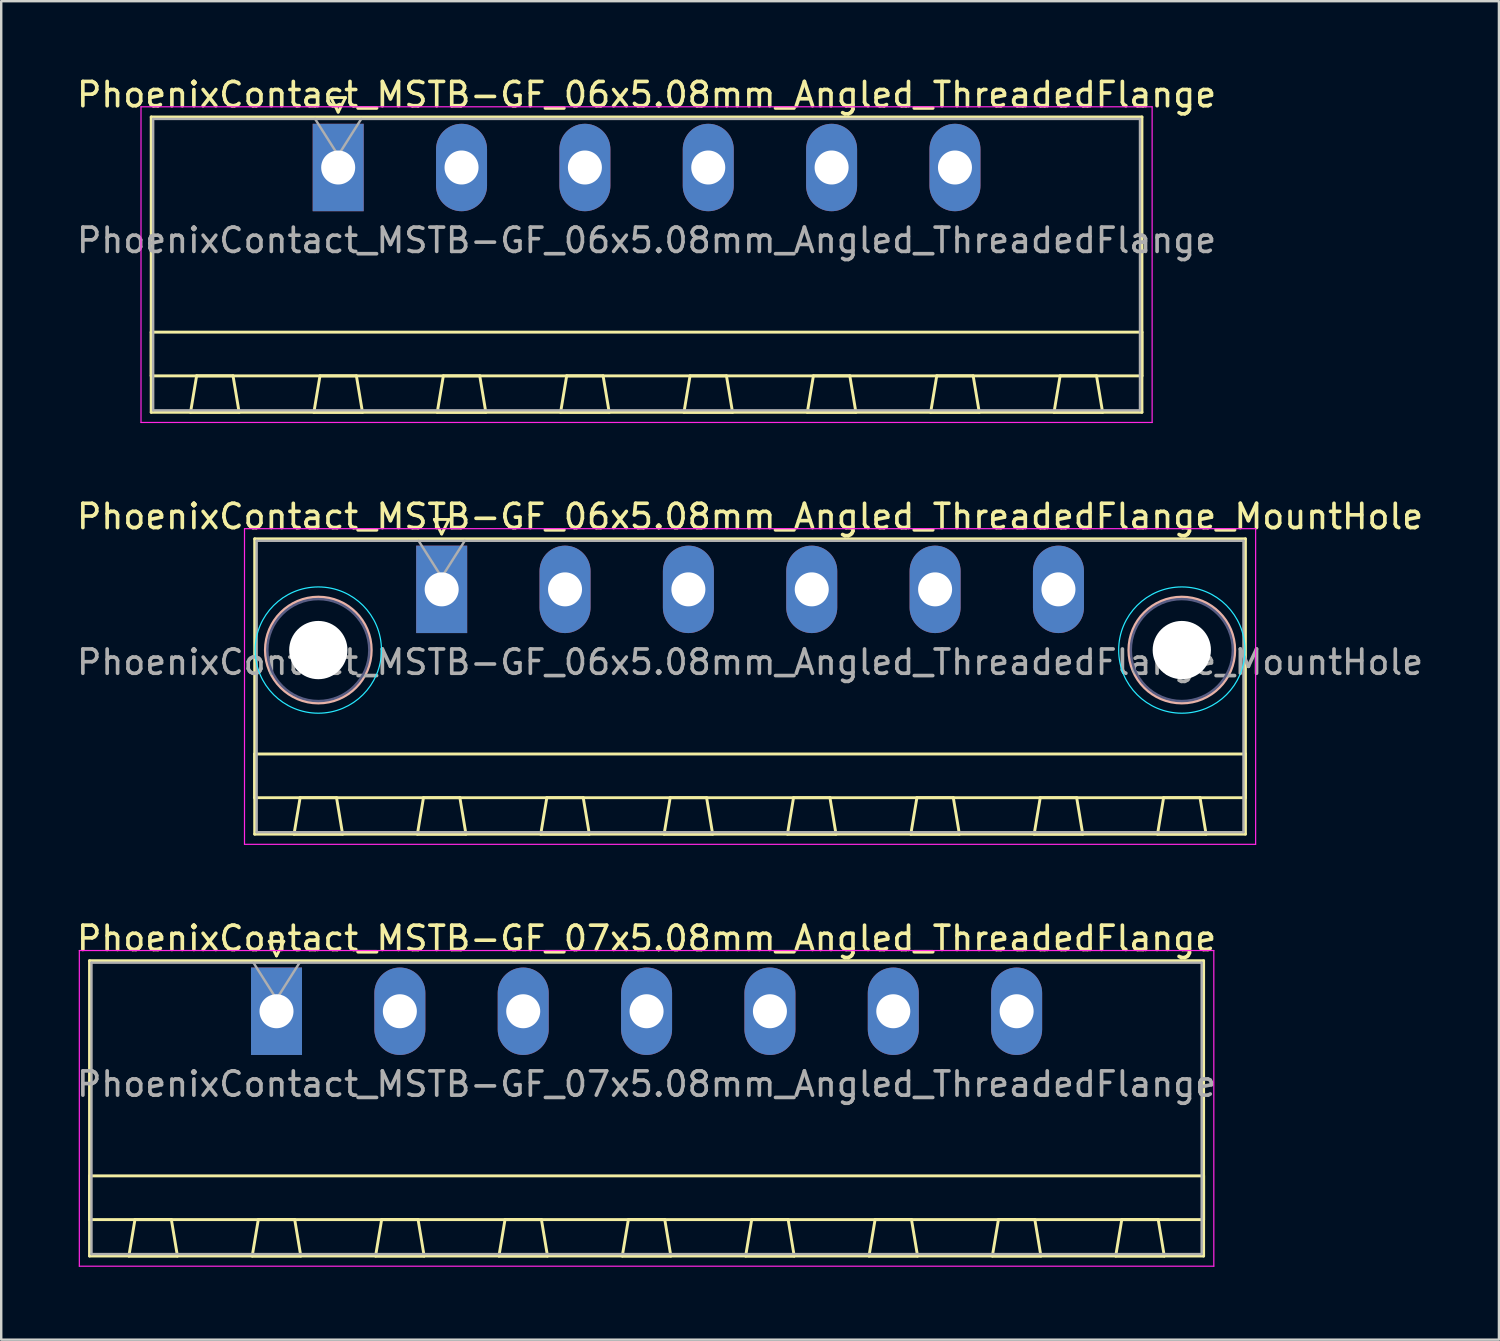
<source format=kicad_pcb>
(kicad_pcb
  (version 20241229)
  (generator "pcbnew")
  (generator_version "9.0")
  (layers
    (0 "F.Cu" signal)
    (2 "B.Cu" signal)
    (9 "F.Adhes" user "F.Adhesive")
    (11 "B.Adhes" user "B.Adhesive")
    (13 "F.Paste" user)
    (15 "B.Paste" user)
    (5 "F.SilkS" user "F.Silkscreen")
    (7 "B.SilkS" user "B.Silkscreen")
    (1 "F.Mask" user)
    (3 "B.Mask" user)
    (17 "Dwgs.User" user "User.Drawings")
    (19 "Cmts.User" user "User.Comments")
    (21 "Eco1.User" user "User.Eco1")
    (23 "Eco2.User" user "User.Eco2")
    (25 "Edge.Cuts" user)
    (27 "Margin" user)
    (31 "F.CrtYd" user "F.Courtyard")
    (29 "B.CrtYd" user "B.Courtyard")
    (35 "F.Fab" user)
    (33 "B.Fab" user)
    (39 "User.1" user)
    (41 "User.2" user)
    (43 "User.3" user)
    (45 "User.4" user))
  (footprint "PhoenixContact_MSTB-GF_06x5.08mm_Angled_ThreadedFlange_MountHole"
    (layer "F.Cu")
    (at 15.139 21.221)
    (property "Reference" "PhoenixContact_MSTB-GF_06x5.08mm_Angled_ThreadedFlange_MountHole" (at 12.7 -3 0) (layer "F.SilkS") (effects (font (size 1 1) (thickness 0.15))))
    (attr through_hole)
    (fp_line (start -7.7 -2.08) (end -7.7 10.08) (stroke (width 0.12) (type solid)) (layer "F.SilkS"))
    (fp_line (start -7.7 6.78) (end 33.1 6.78) (stroke (width 0.12) (type solid)) (layer "F.SilkS"))
    (fp_line (start -7.7 8.58) (end -7.7 6.78) (stroke (width 0.12) (type solid)) (layer "F.SilkS"))
    (fp_line (start -7.7 10.08) (end 33.1 10.08) (stroke (width 0.12) (type solid)) (layer "F.SilkS"))
    (fp_line (start -6.08 10.08) (end -4.08 10.08) (stroke (width 0.12) (type solid)) (layer "F.SilkS"))
    (fp_line (start -5.83 8.58) (end -6.08 10.08) (stroke (width 0.12) (type solid)) (layer "F.SilkS"))
    (fp_line (start -4.33 8.58) (end -5.83 8.58) (stroke (width 0.12) (type solid)) (layer "F.SilkS"))
    (fp_line (start -4.08 10.08) (end -4.33 8.58) (stroke (width 0.12) (type solid)) (layer "F.SilkS"))
    (fp_line (start -1 10.08) (end 1 10.08) (stroke (width 0.12) (type solid)) (layer "F.SilkS"))
    (fp_line (start -0.75 8.58) (end -1 10.08) (stroke (width 0.12) (type solid)) (layer "F.SilkS"))
    (fp_line (start -0.3 -2.88) (end 0.3 -2.88) (stroke (width 0.12) (type solid)) (layer "F.SilkS"))
    (fp_line (start 0 -2.28) (end -0.3 -2.88) (stroke (width 0.12) (type solid)) (layer "F.SilkS"))
    (fp_line (start 0.3 -2.88) (end 0 -2.28) (stroke (width 0.12) (type solid)) (layer "F.SilkS"))
    (fp_line (start 0.75 8.58) (end -0.75 8.58) (stroke (width 0.12) (type solid)) (layer "F.SilkS"))
    (fp_line (start 1 10.08) (end 0.75 8.58) (stroke (width 0.12) (type solid)) (layer "F.SilkS"))
    (fp_line (start 4.08 10.08) (end 6.08 10.08) (stroke (width 0.12) (type solid)) (layer "F.SilkS"))
    (fp_line (start 4.33 8.58) (end 4.08 10.08) (stroke (width 0.12) (type solid)) (layer "F.SilkS"))
    (fp_line (start 5.83 8.58) (end 4.33 8.58) (stroke (width 0.12) (type solid)) (layer "F.SilkS"))
    (fp_line (start 6.08 10.08) (end 5.83 8.58) (stroke (width 0.12) (type solid)) (layer "F.SilkS"))
    (fp_line (start 9.16 10.08) (end 11.16 10.08) (stroke (width 0.12) (type solid)) (layer "F.SilkS"))
    (fp_line (start 9.41 8.58) (end 9.16 10.08) (stroke (width 0.12) (type solid)) (layer "F.SilkS"))
    (fp_line (start 10.91 8.58) (end 9.41 8.58) (stroke (width 0.12) (type solid)) (layer "F.SilkS"))
    (fp_line (start 11.16 10.08) (end 10.91 8.58) (stroke (width 0.12) (type solid)) (layer "F.SilkS"))
    (fp_line (start 14.24 10.08) (end 16.24 10.08) (stroke (width 0.12) (type solid)) (layer "F.SilkS"))
    (fp_line (start 14.49 8.58) (end 14.24 10.08) (stroke (width 0.12) (type solid)) (layer "F.SilkS"))
    (fp_line (start 15.99 8.58) (end 14.49 8.58) (stroke (width 0.12) (type solid)) (layer "F.SilkS"))
    (fp_line (start 16.24 10.08) (end 15.99 8.58) (stroke (width 0.12) (type solid)) (layer "F.SilkS"))
    (fp_line (start 19.32 10.08) (end 21.32 10.08) (stroke (width 0.12) (type solid)) (layer "F.SilkS"))
    (fp_line (start 19.57 8.58) (end 19.32 10.08) (stroke (width 0.12) (type solid)) (layer "F.SilkS"))
    (fp_line (start 21.07 8.58) (end 19.57 8.58) (stroke (width 0.12) (type solid)) (layer "F.SilkS"))
    (fp_line (start 21.32 10.08) (end 21.07 8.58) (stroke (width 0.12) (type solid)) (layer "F.SilkS"))
    (fp_line (start 24.4 10.08) (end 26.4 10.08) (stroke (width 0.12) (type solid)) (layer "F.SilkS"))
    (fp_line (start 24.65 8.58) (end 24.4 10.08) (stroke (width 0.12) (type solid)) (layer "F.SilkS"))
    (fp_line (start 26.15 8.58) (end 24.65 8.58) (stroke (width 0.12) (type solid)) (layer "F.SilkS"))
    (fp_line (start 26.4 10.08) (end 26.15 8.58) (stroke (width 0.12) (type solid)) (layer "F.SilkS"))
    (fp_line (start 29.48 10.08) (end 31.48 10.08) (stroke (width 0.12) (type solid)) (layer "F.SilkS"))
    (fp_line (start 29.73 8.58) (end 29.48 10.08) (stroke (width 0.12) (type solid)) (layer "F.SilkS"))
    (fp_line (start 31.23 8.58) (end 29.73 8.58) (stroke (width 0.12) (type solid)) (layer "F.SilkS"))
    (fp_line (start 31.48 10.08) (end 31.23 8.58) (stroke (width 0.12) (type solid)) (layer "F.SilkS"))
    (fp_line (start 33.1 -2.08) (end -7.7 -2.08) (stroke (width 0.12) (type solid)) (layer "F.SilkS"))
    (fp_line (start 33.1 6.78) (end 33.1 8.58) (stroke (width 0.12) (type solid)) (layer "F.SilkS"))
    (fp_line (start 33.1 8.58) (end -7.7 8.58) (stroke (width 0.12) (type solid)) (layer "F.SilkS"))
    (fp_line (start 33.1 10.08) (end 33.1 -2.08) (stroke (width 0.12) (type solid)) (layer "F.SilkS"))
    (fp_circle (center -5.08 2.5) (end -2.9 2.5) (stroke (width 0.12) (type solid)) (fill no) (layer "B.SilkS"))
    (fp_circle (center 30.48 2.5) (end 32.66 2.5) (stroke (width 0.12) (type solid)) (fill no) (layer "B.SilkS"))
    (fp_circle (center -5.08 2.5) (end -2.48 2.5) (stroke (width 0.05) (type solid)) (fill no) (layer "B.CrtYd"))
    (fp_circle (center 30.48 2.5) (end 33.08 2.5) (stroke (width 0.05) (type solid)) (fill no) (layer "B.CrtYd"))
    (fp_line (start -8.12 -2.5) (end -8.12 10.5) (stroke (width 0.05) (type solid)) (layer "F.CrtYd"))
    (fp_line (start -8.12 10.5) (end 33.52 10.5) (stroke (width 0.05) (type solid)) (layer "F.CrtYd"))
    (fp_line (start 33.52 -2.5) (end -8.12 -2.5) (stroke (width 0.05) (type solid)) (layer "F.CrtYd"))
    (fp_line (start 33.52 10.5) (end 33.52 -2.5) (stroke (width 0.05) (type solid)) (layer "F.CrtYd"))
    (fp_circle (center -5.08 2.5) (end -2.98 2.5) (stroke (width 0.1) (type solid)) (fill no) (layer "B.Fab"))
    (fp_circle (center 30.48 2.5) (end 32.58 2.5) (stroke (width 0.1) (type solid)) (fill no) (layer "B.Fab"))
    (fp_line (start -7.62 -2) (end -7.62 10) (stroke (width 0.1) (type solid)) (layer "F.Fab"))
    (fp_line (start -7.62 10) (end 33.02 10) (stroke (width 0.1) (type solid)) (layer "F.Fab"))
    (fp_line (start 0 -0.5) (end -0.95 -2) (stroke (width 0.1) (type solid)) (layer "F.Fab"))
    (fp_line (start 0.95 -2) (end 0 -0.5) (stroke (width 0.1) (type solid)) (layer "F.Fab"))
    (fp_line (start 33.02 -2) (end -7.62 -2) (stroke (width 0.1) (type solid)) (layer "F.Fab"))
    (fp_line (start 33.02 10) (end 33.02 -2) (stroke (width 0.1) (type solid)) (layer "F.Fab"))
    (fp_text user "${REFERENCE}" (at 12.7 3 0) (layer "F.Fab") (effects (font (size 1 1) (thickness 0.15))))
    (pad "" np_thru_hole circle (at -5.08 2.5) (size 2.4 2.4) (drill 2.4) (layers "*.Cu" "*.Mask"))
    (pad "" np_thru_hole circle (at 30.48 2.5) (size 2.4 2.4) (drill 2.4) (layers "*.Cu" "*.Mask"))
    (pad "1" thru_hole rect (at 0 0) (size 2.1 3.6) (drill 1.4) (layers "*.Cu" "*.Mask"))
    (pad "2" thru_hole oval (at 5.08 0) (size 2.1 3.6) (drill 1.4) (layers "*.Cu" "*.Mask"))
    (pad "3" thru_hole oval (at 10.16 0) (size 2.1 3.6) (drill 1.4) (layers "*.Cu" "*.Mask"))
    (pad "4" thru_hole oval (at 15.24 0) (size 2.1 3.6) (drill 1.4) (layers "*.Cu" "*.Mask"))
    (pad "5" thru_hole oval (at 20.32 0) (size 2.1 3.6) (drill 1.4) (layers "*.Cu" "*.Mask"))
    (pad "6" thru_hole oval (at 25.4 0) (size 2.1 3.6) (drill 1.4) (layers "*.Cu" "*.Mask")))
  (footprint "PhoenixContact_MSTB-GF_07x5.08mm_Angled_ThreadedFlange"
    (layer "F.Cu")
    (at 8.337 38.595)
    (property "Reference" "PhoenixContact_MSTB-GF_07x5.08mm_Angled_ThreadedFlange" (at 15.24 -3 0) (layer "F.SilkS") (effects (font (size 1 1) (thickness 0.15))))
    (attr through_hole)
    (fp_line (start -7.7 -2.08) (end -7.7 10.08) (stroke (width 0.12) (type solid)) (layer "F.SilkS"))
    (fp_line (start -7.7 6.78) (end 38.18 6.78) (stroke (width 0.12) (type solid)) (layer "F.SilkS"))
    (fp_line (start -7.7 8.58) (end -7.7 6.78) (stroke (width 0.12) (type solid)) (layer "F.SilkS"))
    (fp_line (start -7.7 10.08) (end 38.18 10.08) (stroke (width 0.12) (type solid)) (layer "F.SilkS"))
    (fp_line (start -6.08 10.08) (end -4.08 10.08) (stroke (width 0.12) (type solid)) (layer "F.SilkS"))
    (fp_line (start -5.83 8.58) (end -6.08 10.08) (stroke (width 0.12) (type solid)) (layer "F.SilkS"))
    (fp_line (start -4.33 8.58) (end -5.83 8.58) (stroke (width 0.12) (type solid)) (layer "F.SilkS"))
    (fp_line (start -4.08 10.08) (end -4.33 8.58) (stroke (width 0.12) (type solid)) (layer "F.SilkS"))
    (fp_line (start -1 10.08) (end 1 10.08) (stroke (width 0.12) (type solid)) (layer "F.SilkS"))
    (fp_line (start -0.75 8.58) (end -1 10.08) (stroke (width 0.12) (type solid)) (layer "F.SilkS"))
    (fp_line (start -0.3 -2.88) (end 0.3 -2.88) (stroke (width 0.12) (type solid)) (layer "F.SilkS"))
    (fp_line (start 0 -2.28) (end -0.3 -2.88) (stroke (width 0.12) (type solid)) (layer "F.SilkS"))
    (fp_line (start 0.3 -2.88) (end 0 -2.28) (stroke (width 0.12) (type solid)) (layer "F.SilkS"))
    (fp_line (start 0.75 8.58) (end -0.75 8.58) (stroke (width 0.12) (type solid)) (layer "F.SilkS"))
    (fp_line (start 1 10.08) (end 0.75 8.58) (stroke (width 0.12) (type solid)) (layer "F.SilkS"))
    (fp_line (start 4.08 10.08) (end 6.08 10.08) (stroke (width 0.12) (type solid)) (layer "F.SilkS"))
    (fp_line (start 4.33 8.58) (end 4.08 10.08) (stroke (width 0.12) (type solid)) (layer "F.SilkS"))
    (fp_line (start 5.83 8.58) (end 4.33 8.58) (stroke (width 0.12) (type solid)) (layer "F.SilkS"))
    (fp_line (start 6.08 10.08) (end 5.83 8.58) (stroke (width 0.12) (type solid)) (layer "F.SilkS"))
    (fp_line (start 9.16 10.08) (end 11.16 10.08) (stroke (width 0.12) (type solid)) (layer "F.SilkS"))
    (fp_line (start 9.41 8.58) (end 9.16 10.08) (stroke (width 0.12) (type solid)) (layer "F.SilkS"))
    (fp_line (start 10.91 8.58) (end 9.41 8.58) (stroke (width 0.12) (type solid)) (layer "F.SilkS"))
    (fp_line (start 11.16 10.08) (end 10.91 8.58) (stroke (width 0.12) (type solid)) (layer "F.SilkS"))
    (fp_line (start 14.24 10.08) (end 16.24 10.08) (stroke (width 0.12) (type solid)) (layer "F.SilkS"))
    (fp_line (start 14.49 8.58) (end 14.24 10.08) (stroke (width 0.12) (type solid)) (layer "F.SilkS"))
    (fp_line (start 15.99 8.58) (end 14.49 8.58) (stroke (width 0.12) (type solid)) (layer "F.SilkS"))
    (fp_line (start 16.24 10.08) (end 15.99 8.58) (stroke (width 0.12) (type solid)) (layer "F.SilkS"))
    (fp_line (start 19.32 10.08) (end 21.32 10.08) (stroke (width 0.12) (type solid)) (layer "F.SilkS"))
    (fp_line (start 19.57 8.58) (end 19.32 10.08) (stroke (width 0.12) (type solid)) (layer "F.SilkS"))
    (fp_line (start 21.07 8.58) (end 19.57 8.58) (stroke (width 0.12) (type solid)) (layer "F.SilkS"))
    (fp_line (start 21.32 10.08) (end 21.07 8.58) (stroke (width 0.12) (type solid)) (layer "F.SilkS"))
    (fp_line (start 24.4 10.08) (end 26.4 10.08) (stroke (width 0.12) (type solid)) (layer "F.SilkS"))
    (fp_line (start 24.65 8.58) (end 24.4 10.08) (stroke (width 0.12) (type solid)) (layer "F.SilkS"))
    (fp_line (start 26.15 8.58) (end 24.65 8.58) (stroke (width 0.12) (type solid)) (layer "F.SilkS"))
    (fp_line (start 26.4 10.08) (end 26.15 8.58) (stroke (width 0.12) (type solid)) (layer "F.SilkS"))
    (fp_line (start 29.48 10.08) (end 31.48 10.08) (stroke (width 0.12) (type solid)) (layer "F.SilkS"))
    (fp_line (start 29.73 8.58) (end 29.48 10.08) (stroke (width 0.12) (type solid)) (layer "F.SilkS"))
    (fp_line (start 31.23 8.58) (end 29.73 8.58) (stroke (width 0.12) (type solid)) (layer "F.SilkS"))
    (fp_line (start 31.48 10.08) (end 31.23 8.58) (stroke (width 0.12) (type solid)) (layer "F.SilkS"))
    (fp_line (start 34.56 10.08) (end 36.56 10.08) (stroke (width 0.12) (type solid)) (layer "F.SilkS"))
    (fp_line (start 34.81 8.58) (end 34.56 10.08) (stroke (width 0.12) (type solid)) (layer "F.SilkS"))
    (fp_line (start 36.31 8.58) (end 34.81 8.58) (stroke (width 0.12) (type solid)) (layer "F.SilkS"))
    (fp_line (start 36.56 10.08) (end 36.31 8.58) (stroke (width 0.12) (type solid)) (layer "F.SilkS"))
    (fp_line (start 38.18 -2.08) (end -7.7 -2.08) (stroke (width 0.12) (type solid)) (layer "F.SilkS"))
    (fp_line (start 38.18 6.78) (end 38.18 8.58) (stroke (width 0.12) (type solid)) (layer "F.SilkS"))
    (fp_line (start 38.18 8.58) (end -7.7 8.58) (stroke (width 0.12) (type solid)) (layer "F.SilkS"))
    (fp_line (start 38.18 10.08) (end 38.18 -2.08) (stroke (width 0.12) (type solid)) (layer "F.SilkS"))
    (fp_line (start -8.12 -2.5) (end -8.12 10.5) (stroke (width 0.05) (type solid)) (layer "F.CrtYd"))
    (fp_line (start -8.12 10.5) (end 38.6 10.5) (stroke (width 0.05) (type solid)) (layer "F.CrtYd"))
    (fp_line (start 38.6 -2.5) (end -8.12 -2.5) (stroke (width 0.05) (type solid)) (layer "F.CrtYd"))
    (fp_line (start 38.6 10.5) (end 38.6 -2.5) (stroke (width 0.05) (type solid)) (layer "F.CrtYd"))
    (fp_line (start -7.62 -2) (end -7.62 10) (stroke (width 0.1) (type solid)) (layer "F.Fab"))
    (fp_line (start -7.62 10) (end 38.1 10) (stroke (width 0.1) (type solid)) (layer "F.Fab"))
    (fp_line (start 0 -0.5) (end -0.95 -2) (stroke (width 0.1) (type solid)) (layer "F.Fab"))
    (fp_line (start 0.95 -2) (end 0 -0.5) (stroke (width 0.1) (type solid)) (layer "F.Fab"))
    (fp_line (start 38.1 -2) (end -7.62 -2) (stroke (width 0.1) (type solid)) (layer "F.Fab"))
    (fp_line (start 38.1 10) (end 38.1 -2) (stroke (width 0.1) (type solid)) (layer "F.Fab"))
    (fp_text user "${REFERENCE}" (at 15.24 3 0) (layer "F.Fab") (effects (font (size 1 1) (thickness 0.15))))
    (pad "1" thru_hole rect (at 0 0) (size 2.1 3.6) (drill 1.4) (layers "*.Cu" "*.Mask"))
    (pad "2" thru_hole oval (at 5.08 0) (size 2.1 3.6) (drill 1.4) (layers "*.Cu" "*.Mask"))
    (pad "3" thru_hole oval (at 10.16 0) (size 2.1 3.6) (drill 1.4) (layers "*.Cu" "*.Mask"))
    (pad "4" thru_hole oval (at 15.24 0) (size 2.1 3.6) (drill 1.4) (layers "*.Cu" "*.Mask"))
    (pad "5" thru_hole oval (at 20.32 0) (size 2.1 3.6) (drill 1.4) (layers "*.Cu" "*.Mask"))
    (pad "6" thru_hole oval (at 25.4 0) (size 2.1 3.6) (drill 1.4) (layers "*.Cu" "*.Mask"))
    (pad "7" thru_hole oval (at 30.48 0) (size 2.1 3.6) (drill 1.4) (layers "*.Cu" "*.Mask")))
  (footprint "PhoenixContact_MSTB-GF_06x5.08mm_Angled_ThreadedFlange"
    (layer "F.Cu")
    (at 10.877 3.848)
    (property "Reference" "PhoenixContact_MSTB-GF_06x5.08mm_Angled_ThreadedFlange" (at 12.7 -3 0) (layer "F.SilkS") (effects (font (size 1 1) (thickness 0.15))))
    (attr through_hole)
    (fp_line (start -7.7 -2.08) (end -7.7 10.08) (stroke (width 0.12) (type solid)) (layer "F.SilkS"))
    (fp_line (start -7.7 6.78) (end 33.1 6.78) (stroke (width 0.12) (type solid)) (layer "F.SilkS"))
    (fp_line (start -7.7 8.58) (end -7.7 6.78) (stroke (width 0.12) (type solid)) (layer "F.SilkS"))
    (fp_line (start -7.7 10.08) (end 33.1 10.08) (stroke (width 0.12) (type solid)) (layer "F.SilkS"))
    (fp_line (start -6.08 10.08) (end -4.08 10.08) (stroke (width 0.12) (type solid)) (layer "F.SilkS"))
    (fp_line (start -5.83 8.58) (end -6.08 10.08) (stroke (width 0.12) (type solid)) (layer "F.SilkS"))
    (fp_line (start -4.33 8.58) (end -5.83 8.58) (stroke (width 0.12) (type solid)) (layer "F.SilkS"))
    (fp_line (start -4.08 10.08) (end -4.33 8.58) (stroke (width 0.12) (type solid)) (layer "F.SilkS"))
    (fp_line (start -1 10.08) (end 1 10.08) (stroke (width 0.12) (type solid)) (layer "F.SilkS"))
    (fp_line (start -0.75 8.58) (end -1 10.08) (stroke (width 0.12) (type solid)) (layer "F.SilkS"))
    (fp_line (start -0.3 -2.88) (end 0.3 -2.88) (stroke (width 0.12) (type solid)) (layer "F.SilkS"))
    (fp_line (start 0 -2.28) (end -0.3 -2.88) (stroke (width 0.12) (type solid)) (layer "F.SilkS"))
    (fp_line (start 0.3 -2.88) (end 0 -2.28) (stroke (width 0.12) (type solid)) (layer "F.SilkS"))
    (fp_line (start 0.75 8.58) (end -0.75 8.58) (stroke (width 0.12) (type solid)) (layer "F.SilkS"))
    (fp_line (start 1 10.08) (end 0.75 8.58) (stroke (width 0.12) (type solid)) (layer "F.SilkS"))
    (fp_line (start 4.08 10.08) (end 6.08 10.08) (stroke (width 0.12) (type solid)) (layer "F.SilkS"))
    (fp_line (start 4.33 8.58) (end 4.08 10.08) (stroke (width 0.12) (type solid)) (layer "F.SilkS"))
    (fp_line (start 5.83 8.58) (end 4.33 8.58) (stroke (width 0.12) (type solid)) (layer "F.SilkS"))
    (fp_line (start 6.08 10.08) (end 5.83 8.58) (stroke (width 0.12) (type solid)) (layer "F.SilkS"))
    (fp_line (start 9.16 10.08) (end 11.16 10.08) (stroke (width 0.12) (type solid)) (layer "F.SilkS"))
    (fp_line (start 9.41 8.58) (end 9.16 10.08) (stroke (width 0.12) (type solid)) (layer "F.SilkS"))
    (fp_line (start 10.91 8.58) (end 9.41 8.58) (stroke (width 0.12) (type solid)) (layer "F.SilkS"))
    (fp_line (start 11.16 10.08) (end 10.91 8.58) (stroke (width 0.12) (type solid)) (layer "F.SilkS"))
    (fp_line (start 14.24 10.08) (end 16.24 10.08) (stroke (width 0.12) (type solid)) (layer "F.SilkS"))
    (fp_line (start 14.49 8.58) (end 14.24 10.08) (stroke (width 0.12) (type solid)) (layer "F.SilkS"))
    (fp_line (start 15.99 8.58) (end 14.49 8.58) (stroke (width 0.12) (type solid)) (layer "F.SilkS"))
    (fp_line (start 16.24 10.08) (end 15.99 8.58) (stroke (width 0.12) (type solid)) (layer "F.SilkS"))
    (fp_line (start 19.32 10.08) (end 21.32 10.08) (stroke (width 0.12) (type solid)) (layer "F.SilkS"))
    (fp_line (start 19.57 8.58) (end 19.32 10.08) (stroke (width 0.12) (type solid)) (layer "F.SilkS"))
    (fp_line (start 21.07 8.58) (end 19.57 8.58) (stroke (width 0.12) (type solid)) (layer "F.SilkS"))
    (fp_line (start 21.32 10.08) (end 21.07 8.58) (stroke (width 0.12) (type solid)) (layer "F.SilkS"))
    (fp_line (start 24.4 10.08) (end 26.4 10.08) (stroke (width 0.12) (type solid)) (layer "F.SilkS"))
    (fp_line (start 24.65 8.58) (end 24.4 10.08) (stroke (width 0.12) (type solid)) (layer "F.SilkS"))
    (fp_line (start 26.15 8.58) (end 24.65 8.58) (stroke (width 0.12) (type solid)) (layer "F.SilkS"))
    (fp_line (start 26.4 10.08) (end 26.15 8.58) (stroke (width 0.12) (type solid)) (layer "F.SilkS"))
    (fp_line (start 29.48 10.08) (end 31.48 10.08) (stroke (width 0.12) (type solid)) (layer "F.SilkS"))
    (fp_line (start 29.73 8.58) (end 29.48 10.08) (stroke (width 0.12) (type solid)) (layer "F.SilkS"))
    (fp_line (start 31.23 8.58) (end 29.73 8.58) (stroke (width 0.12) (type solid)) (layer "F.SilkS"))
    (fp_line (start 31.48 10.08) (end 31.23 8.58) (stroke (width 0.12) (type solid)) (layer "F.SilkS"))
    (fp_line (start 33.1 -2.08) (end -7.7 -2.08) (stroke (width 0.12) (type solid)) (layer "F.SilkS"))
    (fp_line (start 33.1 6.78) (end 33.1 8.58) (stroke (width 0.12) (type solid)) (layer "F.SilkS"))
    (fp_line (start 33.1 8.58) (end -7.7 8.58) (stroke (width 0.12) (type solid)) (layer "F.SilkS"))
    (fp_line (start 33.1 10.08) (end 33.1 -2.08) (stroke (width 0.12) (type solid)) (layer "F.SilkS"))
    (fp_line (start -8.12 -2.5) (end -8.12 10.5) (stroke (width 0.05) (type solid)) (layer "F.CrtYd"))
    (fp_line (start -8.12 10.5) (end 33.52 10.5) (stroke (width 0.05) (type solid)) (layer "F.CrtYd"))
    (fp_line (start 33.52 -2.5) (end -8.12 -2.5) (stroke (width 0.05) (type solid)) (layer "F.CrtYd"))
    (fp_line (start 33.52 10.5) (end 33.52 -2.5) (stroke (width 0.05) (type solid)) (layer "F.CrtYd"))
    (fp_line (start -7.62 -2) (end -7.62 10) (stroke (width 0.1) (type solid)) (layer "F.Fab"))
    (fp_line (start -7.62 10) (end 33.02 10) (stroke (width 0.1) (type solid)) (layer "F.Fab"))
    (fp_line (start 0 -0.5) (end -0.95 -2) (stroke (width 0.1) (type solid)) (layer "F.Fab"))
    (fp_line (start 0.95 -2) (end 0 -0.5) (stroke (width 0.1) (type solid)) (layer "F.Fab"))
    (fp_line (start 33.02 -2) (end -7.62 -2) (stroke (width 0.1) (type solid)) (layer "F.Fab"))
    (fp_line (start 33.02 10) (end 33.02 -2) (stroke (width 0.1) (type solid)) (layer "F.Fab"))
    (fp_text user "${REFERENCE}" (at 12.7 3 0) (layer "F.Fab") (effects (font (size 1 1) (thickness 0.15))))
    (pad "1" thru_hole rect (at 0 0) (size 2.1 3.6) (drill 1.4) (layers "*.Cu" "*.Mask"))
    (pad "2" thru_hole oval (at 5.08 0) (size 2.1 3.6) (drill 1.4) (layers "*.Cu" "*.Mask"))
    (pad "3" thru_hole oval (at 10.16 0) (size 2.1 3.6) (drill 1.4) (layers "*.Cu" "*.Mask"))
    (pad "4" thru_hole oval (at 15.24 0) (size 2.1 3.6) (drill 1.4) (layers "*.Cu" "*.Mask"))
    (pad "5" thru_hole oval (at 20.32 0) (size 2.1 3.6) (drill 1.4) (layers "*.Cu" "*.Mask"))
    (pad "6" thru_hole oval (at 25.4 0) (size 2.1 3.6) (drill 1.4) (layers "*.Cu" "*.Mask")))
  (gr_rect
    (start -3 -3)
    (end 58.679 52.12)
    (stroke (width 0.1) (type default))
    (fill no)
    (layer "Edge.Cuts")))
</source>
